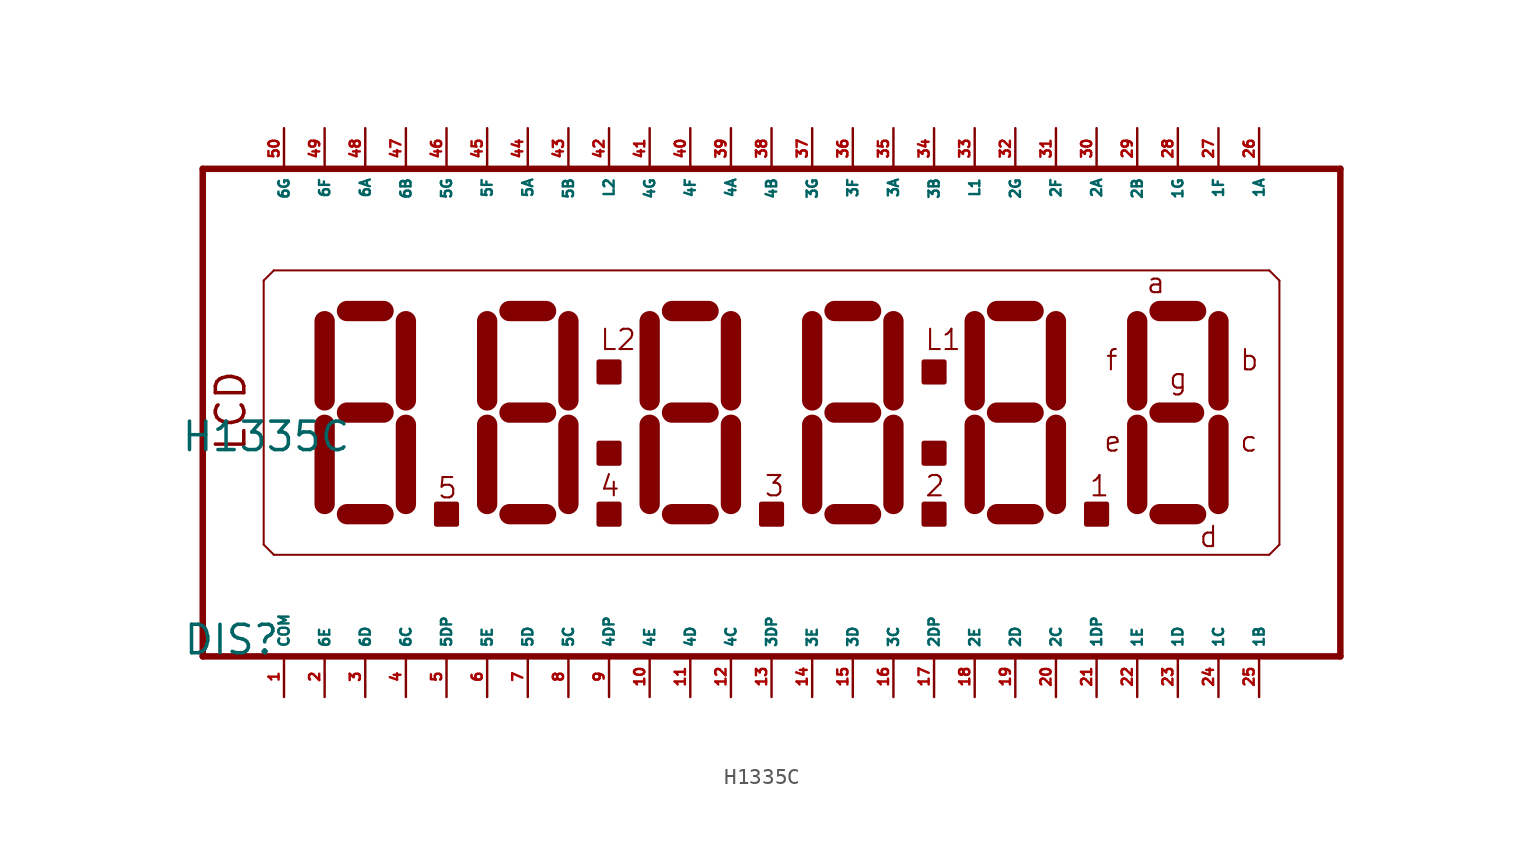
<source format=kicad_sym>
(kicad_symbol_lib
  (version 20220914)
  (generator Eagle2Kicad)
  (symbol "H1335C"
    (property "Reference" "DIS"
      (at -36.83 -15.24 0)
      (effects (font (size 1.778 1.778) (thickness 0.22)) (justify left bottom)))
    (property "Value" "H1335C"
      (at -36.957 -2.54 0)
      (effects (font (size 1.778 1.778) (thickness 0.22)) (justify left bottom)))
    (polyline
      (pts (xy -35.56 15.24) (xy -35.56 -15.24))
      (stroke (width 0.406) (type default))
      (fill (type none)))
    (polyline
      (pts (xy -31.115 8.89) (xy -31.75 8.255))
      (stroke (width 0.127) (type default))
      (fill (type none)))
    (polyline
      (pts (xy -31.75 8.255) (xy -31.75 -8.255))
      (stroke (width 0.127) (type default))
      (fill (type none)))
    (polyline
      (pts (xy -31.75 -8.255) (xy -31.115 -8.89))
      (stroke (width 0.127) (type default))
      (fill (type none)))
    (polyline
      (pts (xy -27.94 5.715) (xy -27.94 0.762))
      (stroke (width 1.27) (type default))
      (fill (type none)))
    (polyline
      (pts (xy -27.94 -0.762) (xy -27.94 -5.715))
      (stroke (width 1.27) (type default))
      (fill (type none)))
    (polyline
      (pts (xy -26.543 -6.35) (xy -24.257 -6.35))
      (stroke (width 1.27) (type default))
      (fill (type none)))
    (polyline
      (pts (xy -22.86 -5.715) (xy -22.86 -0.762))
      (stroke (width 1.27) (type default))
      (fill (type none)))
    (polyline
      (pts (xy -22.86 0.762) (xy -22.86 5.715))
      (stroke (width 1.27) (type default))
      (fill (type none)))
    (polyline
      (pts (xy -26.543 6.35) (xy -24.257 6.35))
      (stroke (width 1.27) (type default))
      (fill (type none)))
    (polyline
      (pts (xy -26.543 0) (xy -24.257 0))
      (stroke (width 1.27) (type default))
      (fill (type none)))
    (polyline
      (pts (xy 2.54 5.715) (xy 2.54 0.762))
      (stroke (width 1.27) (type default))
      (fill (type none)))
    (polyline
      (pts (xy 2.54 -0.762) (xy 2.54 -5.715))
      (stroke (width 1.27) (type default))
      (fill (type none)))
    (polyline
      (pts (xy 3.937 -6.35) (xy 6.223 -6.35))
      (stroke (width 1.27) (type default))
      (fill (type none)))
    (polyline
      (pts (xy 7.62 -5.715) (xy 7.62 -0.762))
      (stroke (width 1.27) (type default))
      (fill (type none)))
    (polyline
      (pts (xy 7.62 0.762) (xy 7.62 5.715))
      (stroke (width 1.27) (type default))
      (fill (type none)))
    (polyline
      (pts (xy 3.937 6.35) (xy 6.223 6.35))
      (stroke (width 1.27) (type default))
      (fill (type none)))
    (polyline
      (pts (xy 3.937 0) (xy 6.223 0))
      (stroke (width 1.27) (type default))
      (fill (type none)))
    (polyline
      (pts (xy -17.78 5.715) (xy -17.78 0.762))
      (stroke (width 1.27) (type default))
      (fill (type none)))
    (polyline
      (pts (xy -17.78 -0.762) (xy -17.78 -5.715))
      (stroke (width 1.27) (type default))
      (fill (type none)))
    (polyline
      (pts (xy -16.383 -6.35) (xy -14.097 -6.35))
      (stroke (width 1.27) (type default))
      (fill (type none)))
    (polyline
      (pts (xy -12.7 -5.715) (xy -12.7 -0.762))
      (stroke (width 1.27) (type default))
      (fill (type none)))
    (polyline
      (pts (xy -12.7 0.762) (xy -12.7 5.715))
      (stroke (width 1.27) (type default))
      (fill (type none)))
    (polyline
      (pts (xy -16.383 6.35) (xy -14.097 6.35))
      (stroke (width 1.27) (type default))
      (fill (type none)))
    (polyline
      (pts (xy -16.383 0) (xy -14.097 0))
      (stroke (width 1.27) (type default))
      (fill (type none)))
    (polyline
      (pts (xy -7.62 5.715) (xy -7.62 0.762))
      (stroke (width 1.27) (type default))
      (fill (type none)))
    (polyline
      (pts (xy -7.62 -0.762) (xy -7.62 -5.715))
      (stroke (width 1.27) (type default))
      (fill (type none)))
    (polyline
      (pts (xy -6.223 -6.35) (xy -3.937 -6.35))
      (stroke (width 1.27) (type default))
      (fill (type none)))
    (polyline
      (pts (xy -2.54 -5.715) (xy -2.54 -0.762))
      (stroke (width 1.27) (type default))
      (fill (type none)))
    (polyline
      (pts (xy -2.54 0.762) (xy -2.54 5.715))
      (stroke (width 1.27) (type default))
      (fill (type none)))
    (polyline
      (pts (xy -6.223 6.35) (xy -3.937 6.35))
      (stroke (width 1.27) (type default))
      (fill (type none)))
    (polyline
      (pts (xy -6.223 0) (xy -3.937 0))
      (stroke (width 1.27) (type default))
      (fill (type none)))
    (polyline
      (pts (xy -35.56 -15.24) (xy 35.56 -15.24))
      (stroke (width 0.406) (type default))
      (fill (type none)))
    (polyline
      (pts (xy 35.56 15.24) (xy -35.56 15.24))
      (stroke (width 0.406) (type default))
      (fill (type none)))
    (polyline
      (pts (xy 35.56 -15.24) (xy 35.56 15.24))
      (stroke (width 0.406) (type default))
      (fill (type none)))
    (polyline
      (pts (xy -31.115 -8.89) (xy 31.115 -8.89))
      (stroke (width 0.127) (type default))
      (fill (type none)))
    (polyline
      (pts (xy 31.115 -8.89) (xy 31.75 -8.255))
      (stroke (width 0.127) (type default))
      (fill (type none)))
    (polyline
      (pts (xy 31.75 -8.255) (xy 31.75 8.255))
      (stroke (width 0.127) (type default))
      (fill (type none)))
    (polyline
      (pts (xy 31.75 8.255) (xy 31.115 8.89))
      (stroke (width 0.127) (type default))
      (fill (type none)))
    (polyline
      (pts (xy 31.115 8.89) (xy -31.115 8.89))
      (stroke (width 0.127) (type default))
      (fill (type none)))
    (polyline
      (pts (xy 22.86 5.715) (xy 22.86 0.762))
      (stroke (width 1.27) (type default))
      (fill (type none)))
    (polyline
      (pts (xy 22.86 -0.762) (xy 22.86 -5.715))
      (stroke (width 1.27) (type default))
      (fill (type none)))
    (polyline
      (pts (xy 24.257 -6.35) (xy 26.543 -6.35))
      (stroke (width 1.27) (type default))
      (fill (type none)))
    (polyline
      (pts (xy 27.94 -5.715) (xy 27.94 -0.762))
      (stroke (width 1.27) (type default))
      (fill (type none)))
    (polyline
      (pts (xy 27.94 0.762) (xy 27.94 5.715))
      (stroke (width 1.27) (type default))
      (fill (type none)))
    (polyline
      (pts (xy 24.257 6.35) (xy 26.543 6.35))
      (stroke (width 1.27) (type default))
      (fill (type none)))
    (polyline
      (pts (xy 24.257 0) (xy 26.416 0))
      (stroke (width 1.27) (type default))
      (fill (type none)))
    (polyline
      (pts (xy 12.7 5.715) (xy 12.7 0.762))
      (stroke (width 1.27) (type default))
      (fill (type none)))
    (polyline
      (pts (xy 12.7 -0.762) (xy 12.7 -5.715))
      (stroke (width 1.27) (type default))
      (fill (type none)))
    (polyline
      (pts (xy 14.097 -6.35) (xy 16.383 -6.35))
      (stroke (width 1.27) (type default))
      (fill (type none)))
    (polyline
      (pts (xy 17.78 -5.715) (xy 17.78 -0.762))
      (stroke (width 1.27) (type default))
      (fill (type none)))
    (polyline
      (pts (xy 17.78 0.762) (xy 17.78 5.715))
      (stroke (width 1.27) (type default))
      (fill (type none)))
    (polyline
      (pts (xy 14.097 6.35) (xy 16.383 6.35))
      (stroke (width 1.27) (type default))
      (fill (type none)))
    (polyline
      (pts (xy 14.097 0) (xy 16.383 0))
      (stroke (width 1.27) (type default))
      (fill (type none)))
    (text "LCD"
      (at -32.766 -2.54 900)
      (effects (font (size 1.778 1.778) (thickness 0.22)) (justify left bottom)))
    (text "a"
      (at 23.368 7.366 0)
      (effects (font (size 1.27 1.27) (thickness 0.13)) (justify left bottom)))
    (text "b"
      (at 29.21 2.54 0)
      (effects (font (size 1.27 1.27) (thickness 0.13)) (justify left bottom)))
    (text "c"
      (at 29.21 -2.54 0)
      (effects (font (size 1.27 1.27) (thickness 0.13)) (justify left bottom)))
    (text "d"
      (at 26.67 -8.509 0)
      (effects (font (size 1.27 1.27) (thickness 0.13)) (justify left bottom)))
    (text "e"
      (at 20.701 -2.54 0)
      (effects (font (size 1.27 1.27) (thickness 0.13)) (justify left bottom)))
    (text "f"
      (at 20.828 2.54 0)
      (effects (font (size 1.27 1.27) (thickness 0.13)) (justify left bottom)))
    (text "g"
      (at 24.765 1.397 0)
      (effects (font (size 1.27 1.27) (thickness 0.13)) (justify left bottom)))
    (text "L1"
      (at 9.525 3.81 0)
      (effects (font (size 1.27 1.27) (thickness 0.13)) (justify left bottom)))
    (text "L2"
      (at -10.795 3.81 0)
      (effects (font (size 1.27 1.27) (thickness 0.13)) (justify left bottom)))
    (text "1"
      (at 19.812 -5.334 0)
      (effects (font (size 1.27 1.27) (thickness 0.13)) (justify left bottom)))
    (text "2"
      (at 9.525 -5.334 0)
      (effects (font (size 1.27 1.27) (thickness 0.13)) (justify left bottom)))
    (text "3"
      (at -0.508 -5.334 0)
      (effects (font (size 1.27 1.27) (thickness 0.13)) (justify left bottom)))
    (text "4"
      (at -10.795 -5.334 0)
      (effects (font (size 1.27 1.27) (thickness 0.13)) (justify left bottom)))
    (text "5"
      (at -20.955 -5.461 0)
      (effects (font (size 1.27 1.27) (thickness 0.13)) (justify left bottom)))
    (rectangle
      (start -20.955 -6.985)
      (end -19.685 -5.715)
      (stroke (width 0.3) (type default))
      (fill (type outline)))
    (rectangle
      (start -10.795 -6.985)
      (end -9.525 -5.715)
      (stroke (width 0.3) (type default))
      (fill (type outline)))
    (rectangle
      (start -10.795 -3.175)
      (end -9.525 -1.905)
      (stroke (width 0.3) (type default))
      (fill (type outline)))
    (rectangle
      (start -10.795 1.905)
      (end -9.525 3.175)
      (stroke (width 0.3) (type default))
      (fill (type outline)))
    (rectangle
      (start -0.635 -6.985)
      (end 0.635 -5.715)
      (stroke (width 0.3) (type default))
      (fill (type outline)))
    (rectangle
      (start 9.525 -6.985)
      (end 10.795 -5.715)
      (stroke (width 0.3) (type default))
      (fill (type outline)))
    (rectangle
      (start 9.525 -3.175)
      (end 10.795 -1.905)
      (stroke (width 0.3) (type default))
      (fill (type outline)))
    (rectangle
      (start 9.525 1.905)
      (end 10.795 3.175)
      (stroke (width 0.3) (type default))
      (fill (type outline)))
    (rectangle
      (start 19.685 -6.985)
      (end 20.955 -5.715)
      (stroke (width 0.3) (type default))
      (fill (type outline)))
    (pin passive line
      (at -30.48 -17.78 90)
      (length 2.54)
      (name "COM" (effects (font (size 0.635 0.635) (thickness 0.08)) (justify left bottom)))
      (number "1" (effects (font (size 0.635 0.635) (thickness 0.08)) (justify left bottom))))
    (pin passive line
      (at -20.32 -17.78 90)
      (length 2.54)
      (name "5DP" (effects (font (size 0.635 0.635) (thickness 0.08)) (justify left bottom)))
      (number "5" (effects (font (size 0.635 0.635) (thickness 0.08)) (justify left bottom))))
    (pin passive line
      (at -17.78 -17.78 90)
      (length 2.54)
      (name "5E" (effects (font (size 0.635 0.635) (thickness 0.08)) (justify left bottom)))
      (number "6" (effects (font (size 0.635 0.635) (thickness 0.08)) (justify left bottom))))
    (pin passive line
      (at -15.24 -17.78 90)
      (length 2.54)
      (name "5D" (effects (font (size 0.635 0.635) (thickness 0.08)) (justify left bottom)))
      (number "7" (effects (font (size 0.635 0.635) (thickness 0.08)) (justify left bottom))))
    (pin passive line
      (at -12.7 -17.78 90)
      (length 2.54)
      (name "5C" (effects (font (size 0.635 0.635) (thickness 0.08)) (justify left bottom)))
      (number "8" (effects (font (size 0.635 0.635) (thickness 0.08)) (justify left bottom))))
    (pin passive line
      (at -10.16 -17.78 90)
      (length 2.54)
      (name "4DP" (effects (font (size 0.635 0.635) (thickness 0.08)) (justify left bottom)))
      (number "9" (effects (font (size 0.635 0.635) (thickness 0.08)) (justify left bottom))))
    (pin passive line
      (at -7.62 -17.78 90)
      (length 2.54)
      (name "4E" (effects (font (size 0.635 0.635) (thickness 0.08)) (justify left bottom)))
      (number "10" (effects (font (size 0.635 0.635) (thickness 0.08)) (justify left bottom))))
    (pin passive line
      (at -5.08 -17.78 90)
      (length 2.54)
      (name "4D" (effects (font (size 0.635 0.635) (thickness 0.08)) (justify left bottom)))
      (number "11" (effects (font (size 0.635 0.635) (thickness 0.08)) (justify left bottom))))
    (pin passive line
      (at -2.54 -17.78 90)
      (length 2.54)
      (name "4C" (effects (font (size 0.635 0.635) (thickness 0.08)) (justify left bottom)))
      (number "12" (effects (font (size 0.635 0.635) (thickness 0.08)) (justify left bottom))))
    (pin passive line
      (at 0 -17.78 90)
      (length 2.54)
      (name "3DP" (effects (font (size 0.635 0.635) (thickness 0.08)) (justify left bottom)))
      (number "13" (effects (font (size 0.635 0.635) (thickness 0.08)) (justify left bottom))))
    (pin passive line
      (at 2.54 -17.78 90)
      (length 2.54)
      (name "3E" (effects (font (size 0.635 0.635) (thickness 0.08)) (justify left bottom)))
      (number "14" (effects (font (size 0.635 0.635) (thickness 0.08)) (justify left bottom))))
    (pin passive line
      (at 5.08 -17.78 90)
      (length 2.54)
      (name "3D" (effects (font (size 0.635 0.635) (thickness 0.08)) (justify left bottom)))
      (number "15" (effects (font (size 0.635 0.635) (thickness 0.08)) (justify left bottom))))
    (pin passive line
      (at 7.62 -17.78 90)
      (length 2.54)
      (name "3C" (effects (font (size 0.635 0.635) (thickness 0.08)) (justify left bottom)))
      (number "16" (effects (font (size 0.635 0.635) (thickness 0.08)) (justify left bottom))))
    (pin passive line
      (at 10.16 -17.78 90)
      (length 2.54)
      (name "2DP" (effects (font (size 0.635 0.635) (thickness 0.08)) (justify left bottom)))
      (number "17" (effects (font (size 0.635 0.635) (thickness 0.08)) (justify left bottom))))
    (pin passive line
      (at 12.7 -17.78 90)
      (length 2.54)
      (name "2E" (effects (font (size 0.635 0.635) (thickness 0.08)) (justify left bottom)))
      (number "18" (effects (font (size 0.635 0.635) (thickness 0.08)) (justify left bottom))))
    (pin passive line
      (at 12.7 17.78 270)
      (length 2.54)
      (name "L1" (effects (font (size 0.635 0.635) (thickness 0.08)) (justify left bottom)))
      (number "33" (effects (font (size 0.635 0.635) (thickness 0.08)) (justify left bottom))))
    (pin passive line
      (at 10.16 17.78 270)
      (length 2.54)
      (name "3B" (effects (font (size 0.635 0.635) (thickness 0.08)) (justify left bottom)))
      (number "34" (effects (font (size 0.635 0.635) (thickness 0.08)) (justify left bottom))))
    (pin passive line
      (at 7.62 17.78 270)
      (length 2.54)
      (name "3A" (effects (font (size 0.635 0.635) (thickness 0.08)) (justify left bottom)))
      (number "35" (effects (font (size 0.635 0.635) (thickness 0.08)) (justify left bottom))))
    (pin passive line
      (at 5.08 17.78 270)
      (length 2.54)
      (name "3F" (effects (font (size 0.635 0.635) (thickness 0.08)) (justify left bottom)))
      (number "36" (effects (font (size 0.635 0.635) (thickness 0.08)) (justify left bottom))))
    (pin passive line
      (at 2.54 17.78 270)
      (length 2.54)
      (name "3G" (effects (font (size 0.635 0.635) (thickness 0.08)) (justify left bottom)))
      (number "37" (effects (font (size 0.635 0.635) (thickness 0.08)) (justify left bottom))))
    (pin passive line
      (at 0 17.78 270)
      (length 2.54)
      (name "4B" (effects (font (size 0.635 0.635) (thickness 0.08)) (justify left bottom)))
      (number "38" (effects (font (size 0.635 0.635) (thickness 0.08)) (justify left bottom))))
    (pin passive line
      (at -2.54 17.78 270)
      (length 2.54)
      (name "4A" (effects (font (size 0.635 0.635) (thickness 0.08)) (justify left bottom)))
      (number "39" (effects (font (size 0.635 0.635) (thickness 0.08)) (justify left bottom))))
    (pin passive line
      (at -5.08 17.78 270)
      (length 2.54)
      (name "4F" (effects (font (size 0.635 0.635) (thickness 0.08)) (justify left bottom)))
      (number "40" (effects (font (size 0.635 0.635) (thickness 0.08)) (justify left bottom))))
    (pin passive line
      (at -7.62 17.78 270)
      (length 2.54)
      (name "4G" (effects (font (size 0.635 0.635) (thickness 0.08)) (justify left bottom)))
      (number "41" (effects (font (size 0.635 0.635) (thickness 0.08)) (justify left bottom))))
    (pin passive line
      (at -10.16 17.78 270)
      (length 2.54)
      (name "L2" (effects (font (size 0.635 0.635) (thickness 0.08)) (justify left bottom)))
      (number "42" (effects (font (size 0.635 0.635) (thickness 0.08)) (justify left bottom))))
    (pin passive line
      (at -15.24 17.78 270)
      (length 2.54)
      (name "5A" (effects (font (size 0.635 0.635) (thickness 0.08)) (justify left bottom)))
      (number "44" (effects (font (size 0.635 0.635) (thickness 0.08)) (justify left bottom))))
    (pin passive line
      (at -17.78 17.78 270)
      (length 2.54)
      (name "5F" (effects (font (size 0.635 0.635) (thickness 0.08)) (justify left bottom)))
      (number "45" (effects (font (size 0.635 0.635) (thickness 0.08)) (justify left bottom))))
    (pin passive line
      (at -20.32 17.78 270)
      (length 2.54)
      (name "5G" (effects (font (size 0.635 0.635) (thickness 0.08)) (justify left bottom)))
      (number "46" (effects (font (size 0.635 0.635) (thickness 0.08)) (justify left bottom))))
    (pin passive line
      (at -22.86 17.78 270)
      (length 2.54)
      (name "6B" (effects (font (size 0.635 0.635) (thickness 0.08)) (justify left bottom)))
      (number "47" (effects (font (size 0.635 0.635) (thickness 0.08)) (justify left bottom))))
    (pin passive line
      (at -30.48 17.78 270)
      (length 2.54)
      (name "6G" (effects (font (size 0.635 0.635) (thickness 0.08)) (justify left bottom)))
      (number "50" (effects (font (size 0.635 0.635) (thickness 0.08)) (justify left bottom))))
    (pin passive line
      (at 15.24 -17.78 90)
      (length 2.54)
      (name "2D" (effects (font (size 0.635 0.635) (thickness 0.08)) (justify left bottom)))
      (number "19" (effects (font (size 0.635 0.635) (thickness 0.08)) (justify left bottom))))
    (pin passive line
      (at 17.78 -17.78 90)
      (length 2.54)
      (name "2C" (effects (font (size 0.635 0.635) (thickness 0.08)) (justify left bottom)))
      (number "20" (effects (font (size 0.635 0.635) (thickness 0.08)) (justify left bottom))))
    (pin passive line
      (at 20.32 -17.78 90)
      (length 2.54)
      (name "1DP" (effects (font (size 0.635 0.635) (thickness 0.08)) (justify left bottom)))
      (number "21" (effects (font (size 0.635 0.635) (thickness 0.08)) (justify left bottom))))
    (pin passive line
      (at 22.86 -17.78 90)
      (length 2.54)
      (name "1E" (effects (font (size 0.635 0.635) (thickness 0.08)) (justify left bottom)))
      (number "22" (effects (font (size 0.635 0.635) (thickness 0.08)) (justify left bottom))))
    (pin passive line
      (at 25.4 -17.78 90)
      (length 2.54)
      (name "1D" (effects (font (size 0.635 0.635) (thickness 0.08)) (justify left bottom)))
      (number "23" (effects (font (size 0.635 0.635) (thickness 0.08)) (justify left bottom))))
    (pin passive line
      (at 27.94 -17.78 90)
      (length 2.54)
      (name "1C" (effects (font (size 0.635 0.635) (thickness 0.08)) (justify left bottom)))
      (number "24" (effects (font (size 0.635 0.635) (thickness 0.08)) (justify left bottom))))
    (pin passive line
      (at 30.48 -17.78 90)
      (length 2.54)
      (name "1B" (effects (font (size 0.635 0.635) (thickness 0.08)) (justify left bottom)))
      (number "25" (effects (font (size 0.635 0.635) (thickness 0.08)) (justify left bottom))))
    (pin passive line
      (at 30.48 17.78 270)
      (length 2.54)
      (name "1A" (effects (font (size 0.635 0.635) (thickness 0.08)) (justify left bottom)))
      (number "26" (effects (font (size 0.635 0.635) (thickness 0.08)) (justify left bottom))))
    (pin passive line
      (at 27.94 17.78 270)
      (length 2.54)
      (name "1F" (effects (font (size 0.635 0.635) (thickness 0.08)) (justify left bottom)))
      (number "27" (effects (font (size 0.635 0.635) (thickness 0.08)) (justify left bottom))))
    (pin passive line
      (at 25.4 17.78 270)
      (length 2.54)
      (name "1G" (effects (font (size 0.635 0.635) (thickness 0.08)) (justify left bottom)))
      (number "28" (effects (font (size 0.635 0.635) (thickness 0.08)) (justify left bottom))))
    (pin passive line
      (at 22.86 17.78 270)
      (length 2.54)
      (name "2B" (effects (font (size 0.635 0.635) (thickness 0.08)) (justify left bottom)))
      (number "29" (effects (font (size 0.635 0.635) (thickness 0.08)) (justify left bottom))))
    (pin passive line
      (at 20.32 17.78 270)
      (length 2.54)
      (name "2A" (effects (font (size 0.635 0.635) (thickness 0.08)) (justify left bottom)))
      (number "30" (effects (font (size 0.635 0.635) (thickness 0.08)) (justify left bottom))))
    (pin passive line
      (at 17.78 17.78 270)
      (length 2.54)
      (name "2F" (effects (font (size 0.635 0.635) (thickness 0.08)) (justify left bottom)))
      (number "31" (effects (font (size 0.635 0.635) (thickness 0.08)) (justify left bottom))))
    (pin passive line
      (at 15.24 17.78 270)
      (length 2.54)
      (name "2G" (effects (font (size 0.635 0.635) (thickness 0.08)) (justify left bottom)))
      (number "32" (effects (font (size 0.635 0.635) (thickness 0.08)) (justify left bottom))))
    (pin passive line
      (at -27.94 17.78 270)
      (length 2.54)
      (name "6F" (effects (font (size 0.635 0.635) (thickness 0.08)) (justify left bottom)))
      (number "49" (effects (font (size 0.635 0.635) (thickness 0.08)) (justify left bottom))))
    (pin passive line
      (at -25.4 17.78 270)
      (length 2.54)
      (name "6A" (effects (font (size 0.635 0.635) (thickness 0.08)) (justify left bottom)))
      (number "48" (effects (font (size 0.635 0.635) (thickness 0.08)) (justify left bottom))))
    (pin passive line
      (at -12.7 17.78 270)
      (length 2.54)
      (name "5B" (effects (font (size 0.635 0.635) (thickness 0.08)) (justify left bottom)))
      (number "43" (effects (font (size 0.635 0.635) (thickness 0.08)) (justify left bottom))))
    (pin passive line
      (at -22.86 -17.78 90)
      (length 2.54)
      (name "6C" (effects (font (size 0.635 0.635) (thickness 0.08)) (justify left bottom)))
      (number "4" (effects (font (size 0.635 0.635) (thickness 0.08)) (justify left bottom))))
    (pin passive line
      (at -25.4 -17.78 90)
      (length 2.54)
      (name "6D" (effects (font (size 0.635 0.635) (thickness 0.08)) (justify left bottom)))
      (number "3" (effects (font (size 0.635 0.635) (thickness 0.08)) (justify left bottom))))
    (pin passive line
      (at -27.94 -17.78 90)
      (length 2.54)
      (name "6E" (effects (font (size 0.635 0.635) (thickness 0.08)) (justify left bottom)))
      (number "2" (effects (font (size 0.635 0.635) (thickness 0.08)) (justify left bottom))))))
</source>
